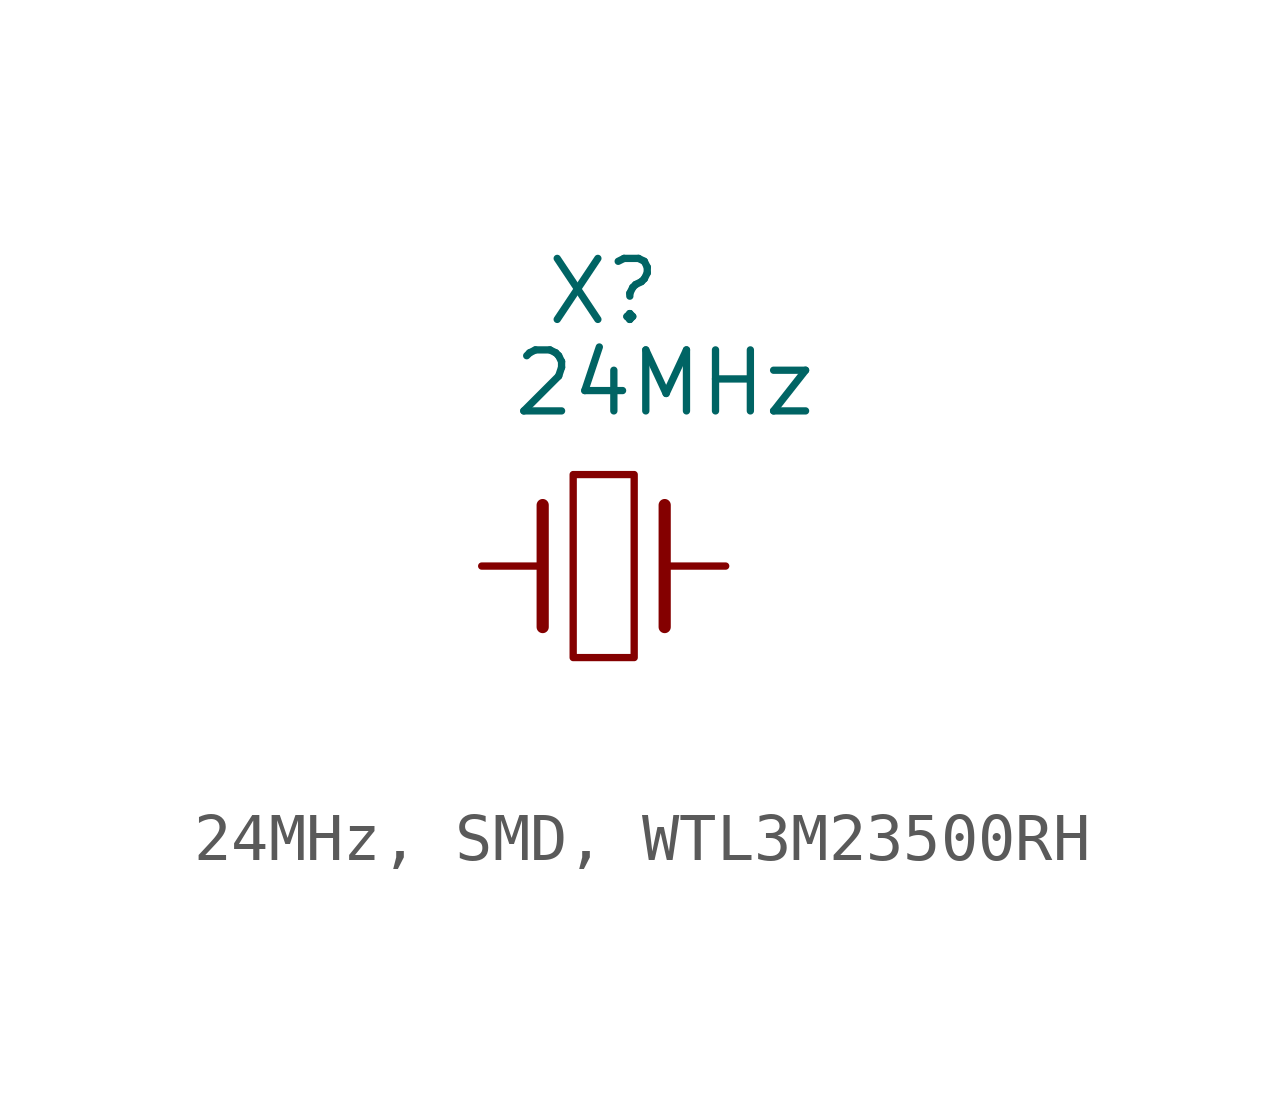
<source format=kicad_sym>
(kicad_symbol_lib
  (version 20241209)
  (generator "kicad_symbol_editor")
  (generator_version "9.0")
  (symbol "24MHz, SMD, WTL3M23500RH"
    (pin_numbers
      (hide yes))
    (pin_names
      (offset 0)
      (hide yes))
    (property "Reference" "X"
      (at 0 5.715 0)
      (effects (font (size 1.27 1.27))))
    (property "Value" "24MHz"
      (at 1.27 3.81 0)
      (effects (font (size 1.27 1.27))))
    (symbol "24MHz, SMD, WTL3M23500RH_0_1"
      (polyline (pts (xy -1.27 1.27) (xy -1.27 -1.27)) (stroke (width 0.254) (type default)) (fill (type none)))
      (rectangle (start -0.635 -1.905) (end 0.635 1.905) (stroke (width 0) (type default)) (fill (type none)))
      (polyline (pts (xy 1.27 1.27) (xy 1.27 -1.27)) (stroke (width 0.254) (type default)) (fill (type none))))
    (symbol "24MHz, SMD, WTL3M23500RH_1_1"
      (pin passive line (at -2.54 0 0) (length 1.27) (name "1" (effects (font (size 1.27 1.27)))) (number "1" (effects (font (size 1.27 1.27)))))
      (pin no_connect line (at -1.27 -3.81 90) (length 1.27) (hide yes) (name "2" (effects (font (size 1.27 1.27)))) (number "2" (effects (font (size 1.27 1.27)))))
      (pin no_connect line (at 1.27 -3.81 90) (length 1.27) (hide yes) (name "4" (effects (font (size 1.27 1.27)))) (number "4" (effects (font (size 1.27 1.27)))))
      (pin passive line (at 2.54 0 180) (length 1.27) (name "3" (effects (font (size 1.27 1.27)))) (number "3" (effects (font (size 1.27 1.27))))))))
</source>
